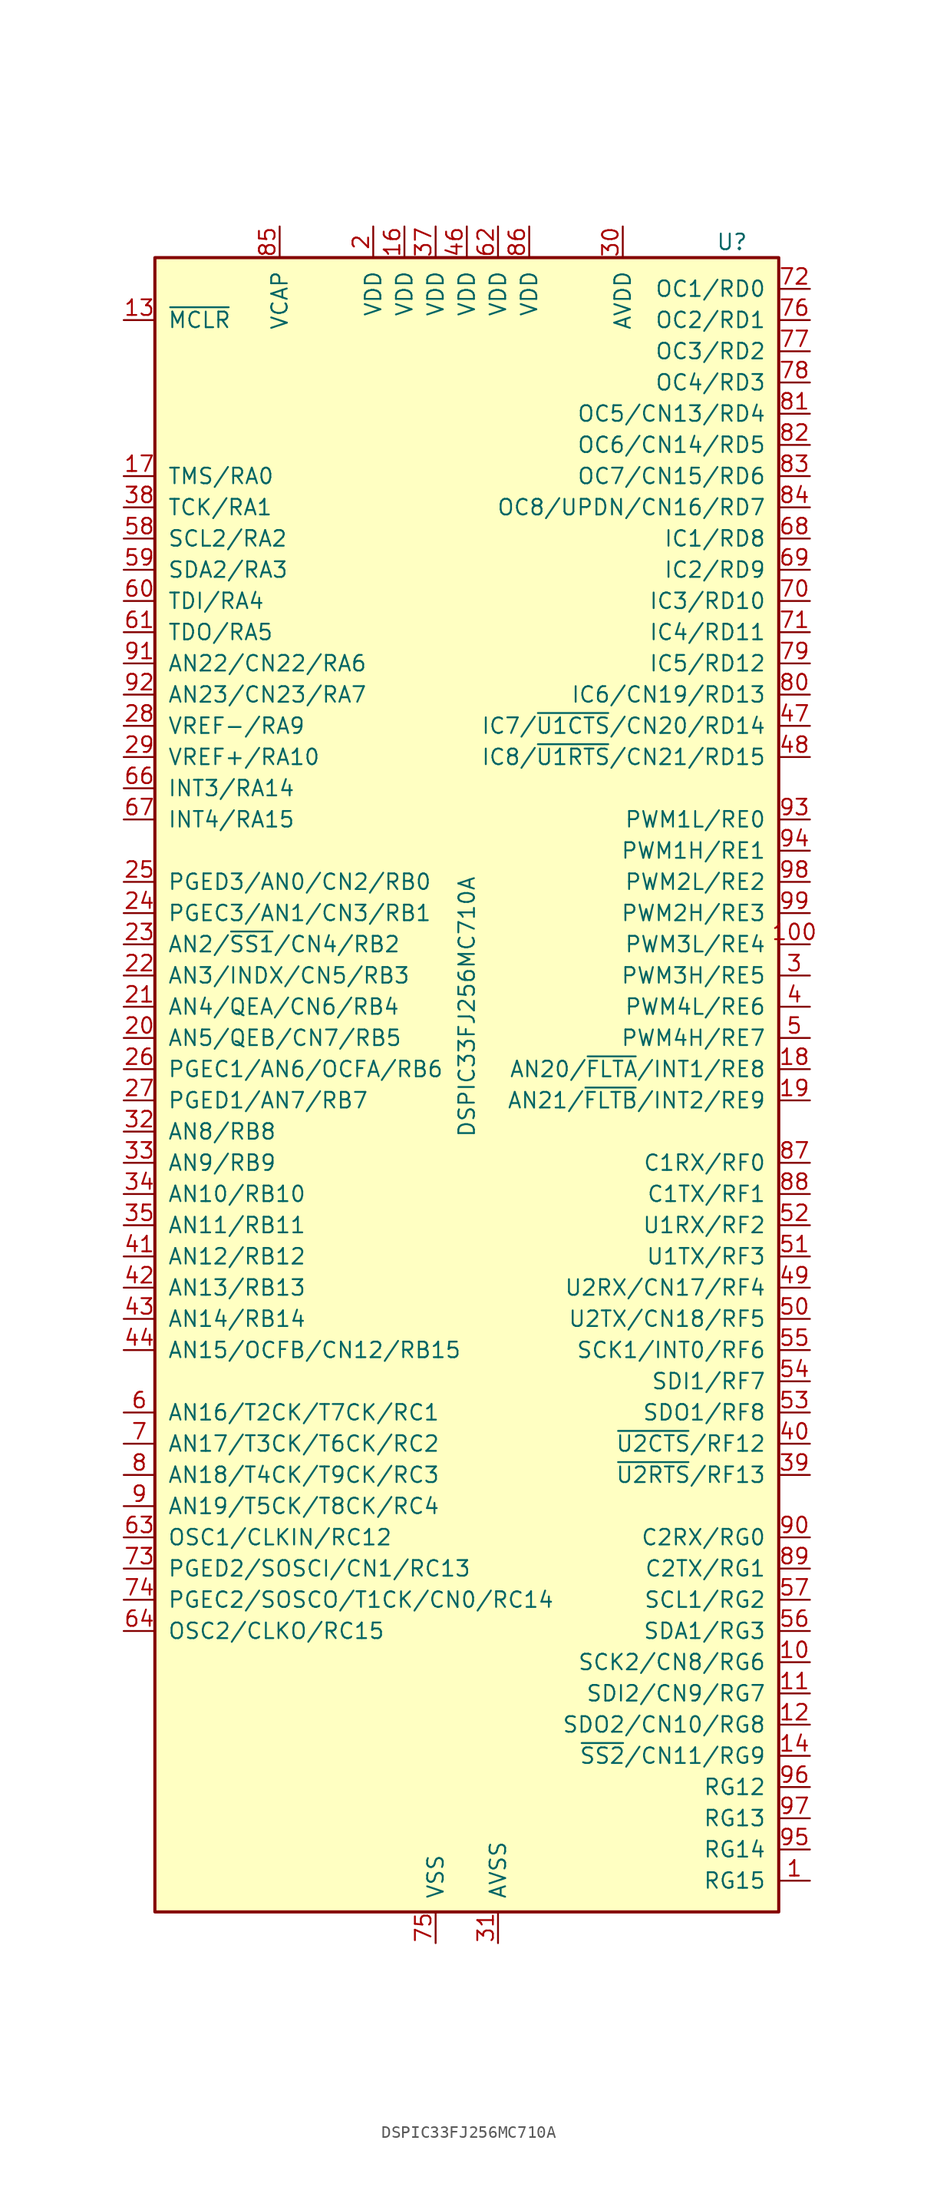
<source format=kicad_sym>
(kicad_symbol_lib
  (version 20200908)
  (generator kicad_symbol_editor)
  (symbol "DSP_Microchip_DSPIC33:DSPIC33FJ256MC710A"
    (pin_names
      (offset 1.016))
    (property "Reference" "U"
      (at 21.59 69.85 0)
      (effects (font (size 1.27 1.27))))
    (property "Value" "DSPIC33FJ256MC710A"
      (at 0 7.62 90)
      (effects (font (size 1.27 1.27))))
    (symbol "DSPIC33FJ256MC710A_0_1"
      (rectangle (start -25.4 68.58) (end 25.4 -66.04) (stroke (width 0.254)) (fill (type background))))
    (symbol "DSPIC33FJ256MC710A_1_1"
      (pin bidirectional line (at 27.94 -63.5 180) (length 2.54) (name "RG15" (effects (font (size 1.27 1.27)))) (number "1" (effects (font (size 1.27 1.27)))))
      (pin bidirectional line (at 27.94 -45.72 180) (length 2.54) (name "SCK2/CN8/RG6" (effects (font (size 1.27 1.27)))) (number "10" (effects (font (size 1.27 1.27)))))
      (pin bidirectional line (at 27.94 12.7 180) (length 2.54) (name "PWM3L/RE4" (effects (font (size 1.27 1.27)))) (number "100" (effects (font (size 1.27 1.27)))))
      (pin bidirectional line (at 27.94 -48.26 180) (length 2.54) (name "SDI2/CN9/RG7" (effects (font (size 1.27 1.27)))) (number "11" (effects (font (size 1.27 1.27)))))
      (pin bidirectional line (at 27.94 -50.8 180) (length 2.54) (name "SDO2/CN10/RG8" (effects (font (size 1.27 1.27)))) (number "12" (effects (font (size 1.27 1.27)))))
      (pin input line (at -27.94 63.5 0) (length 2.54) (name "~MCLR" (effects (font (size 1.27 1.27)))) (number "13" (effects (font (size 1.27 1.27)))))
      (pin bidirectional line (at 27.94 -53.34 180) (length 2.54) (name "~SS2~/CN11/RG9" (effects (font (size 1.27 1.27)))) (number "14" (effects (font (size 1.27 1.27)))))
      (pin power_in line (at -2.54 -68.58 90) (length 2.54) hide (name "VSS" (effects (font (size 1.27 1.27)))) (number "15" (effects (font (size 1.27 1.27)))))
      (pin power_in line (at -5.08 71.12 270) (length 2.54) (name "VDD" (effects (font (size 1.27 1.27)))) (number "16" (effects (font (size 1.27 1.27)))))
      (pin bidirectional line (at -27.94 50.8 0) (length 2.54) (name "TMS/RA0" (effects (font (size 1.27 1.27)))) (number "17" (effects (font (size 1.27 1.27)))))
      (pin bidirectional line (at 27.94 2.54 180) (length 2.54) (name "AN20/~FLTA~/INT1/RE8" (effects (font (size 1.27 1.27)))) (number "18" (effects (font (size 1.27 1.27)))))
      (pin bidirectional line (at 27.94 0 180) (length 2.54) (name "AN21/~FLTB~/INT2/RE9" (effects (font (size 1.27 1.27)))) (number "19" (effects (font (size 1.27 1.27)))))
      (pin power_in line (at -7.62 71.12 270) (length 2.54) (name "VDD" (effects (font (size 1.27 1.27)))) (number "2" (effects (font (size 1.27 1.27)))))
      (pin bidirectional line (at -27.94 5.08 0) (length 2.54) (name "AN5/QEB/CN7/RB5" (effects (font (size 1.27 1.27)))) (number "20" (effects (font (size 1.27 1.27)))))
      (pin bidirectional line (at -27.94 7.62 0) (length 2.54) (name "AN4/QEA/CN6/RB4" (effects (font (size 1.27 1.27)))) (number "21" (effects (font (size 1.27 1.27)))))
      (pin bidirectional line (at -27.94 10.16 0) (length 2.54) (name "AN3/INDX/CN5/RB3" (effects (font (size 1.27 1.27)))) (number "22" (effects (font (size 1.27 1.27)))))
      (pin bidirectional line (at -27.94 12.7 0) (length 2.54) (name "AN2/~SS1~/CN4/RB2" (effects (font (size 1.27 1.27)))) (number "23" (effects (font (size 1.27 1.27)))))
      (pin bidirectional line (at -27.94 15.24 0) (length 2.54) (name "PGEC3/AN1/CN3/RB1" (effects (font (size 1.27 1.27)))) (number "24" (effects (font (size 1.27 1.27)))))
      (pin bidirectional line (at -27.94 17.78 0) (length 2.54) (name "PGED3/AN0/CN2/RB0" (effects (font (size 1.27 1.27)))) (number "25" (effects (font (size 1.27 1.27)))))
      (pin bidirectional line (at -27.94 2.54 0) (length 2.54) (name "PGEC1/AN6/OCFA/RB6" (effects (font (size 1.27 1.27)))) (number "26" (effects (font (size 1.27 1.27)))))
      (pin bidirectional line (at -27.94 0 0) (length 2.54) (name "PGED1/AN7/RB7" (effects (font (size 1.27 1.27)))) (number "27" (effects (font (size 1.27 1.27)))))
      (pin bidirectional line (at -27.94 30.48 0) (length 2.54) (name "VREF-/RA9" (effects (font (size 1.27 1.27)))) (number "28" (effects (font (size 1.27 1.27)))))
      (pin bidirectional line (at -27.94 27.94 0) (length 2.54) (name "VREF+/RA10" (effects (font (size 1.27 1.27)))) (number "29" (effects (font (size 1.27 1.27)))))
      (pin bidirectional line (at 27.94 10.16 180) (length 2.54) (name "PWM3H/RE5" (effects (font (size 1.27 1.27)))) (number "3" (effects (font (size 1.27 1.27)))))
      (pin power_in line (at 12.7 71.12 270) (length 2.54) (name "AVDD" (effects (font (size 1.27 1.27)))) (number "30" (effects (font (size 1.27 1.27)))))
      (pin power_in line (at 2.54 -68.58 90) (length 2.54) (name "AVSS" (effects (font (size 1.27 1.27)))) (number "31" (effects (font (size 1.27 1.27)))))
      (pin bidirectional line (at -27.94 -2.54 0) (length 2.54) (name "AN8/RB8" (effects (font (size 1.27 1.27)))) (number "32" (effects (font (size 1.27 1.27)))))
      (pin bidirectional line (at -27.94 -5.08 0) (length 2.54) (name "AN9/RB9" (effects (font (size 1.27 1.27)))) (number "33" (effects (font (size 1.27 1.27)))))
      (pin bidirectional line (at -27.94 -7.62 0) (length 2.54) (name "AN10/RB10" (effects (font (size 1.27 1.27)))) (number "34" (effects (font (size 1.27 1.27)))))
      (pin bidirectional line (at -27.94 -10.16 0) (length 2.54) (name "AN11/RB11" (effects (font (size 1.27 1.27)))) (number "35" (effects (font (size 1.27 1.27)))))
      (pin power_in line (at -2.54 -68.58 90) (length 2.54) hide (name "VSS" (effects (font (size 1.27 1.27)))) (number "36" (effects (font (size 1.27 1.27)))))
      (pin power_in line (at -2.54 71.12 270) (length 2.54) (name "VDD" (effects (font (size 1.27 1.27)))) (number "37" (effects (font (size 1.27 1.27)))))
      (pin bidirectional line (at -27.94 48.26 0) (length 2.54) (name "TCK/RA1" (effects (font (size 1.27 1.27)))) (number "38" (effects (font (size 1.27 1.27)))))
      (pin bidirectional line (at 27.94 -30.48 180) (length 2.54) (name "~U2RTS~/RF13" (effects (font (size 1.27 1.27)))) (number "39" (effects (font (size 1.27 1.27)))))
      (pin bidirectional line (at 27.94 7.62 180) (length 2.54) (name "PWM4L/RE6" (effects (font (size 1.27 1.27)))) (number "4" (effects (font (size 1.27 1.27)))))
      (pin bidirectional line (at 27.94 -27.94 180) (length 2.54) (name "~U2CTS~/RF12" (effects (font (size 1.27 1.27)))) (number "40" (effects (font (size 1.27 1.27)))))
      (pin bidirectional line (at -27.94 -12.7 0) (length 2.54) (name "AN12/RB12" (effects (font (size 1.27 1.27)))) (number "41" (effects (font (size 1.27 1.27)))))
      (pin bidirectional line (at -27.94 -15.24 0) (length 2.54) (name "AN13/RB13" (effects (font (size 1.27 1.27)))) (number "42" (effects (font (size 1.27 1.27)))))
      (pin bidirectional line (at -27.94 -17.78 0) (length 2.54) (name "AN14/RB14" (effects (font (size 1.27 1.27)))) (number "43" (effects (font (size 1.27 1.27)))))
      (pin bidirectional line (at -27.94 -20.32 0) (length 2.54) (name "AN15/OCFB/CN12/RB15" (effects (font (size 1.27 1.27)))) (number "44" (effects (font (size 1.27 1.27)))))
      (pin power_in line (at -2.54 -68.58 90) (length 2.54) hide (name "VSS" (effects (font (size 1.27 1.27)))) (number "45" (effects (font (size 1.27 1.27)))))
      (pin power_in line (at 0 71.12 270) (length 2.54) (name "VDD" (effects (font (size 1.27 1.27)))) (number "46" (effects (font (size 1.27 1.27)))))
      (pin bidirectional line (at 27.94 30.48 180) (length 2.54) (name "IC7/~U1CTS~/CN20/RD14" (effects (font (size 1.27 1.27)))) (number "47" (effects (font (size 1.27 1.27)))))
      (pin bidirectional line (at 27.94 27.94 180) (length 2.54) (name "IC8/~U1RTS~/CN21/RD15" (effects (font (size 1.27 1.27)))) (number "48" (effects (font (size 1.27 1.27)))))
      (pin bidirectional line (at 27.94 -15.24 180) (length 2.54) (name "U2RX/CN17/RF4" (effects (font (size 1.27 1.27)))) (number "49" (effects (font (size 1.27 1.27)))))
      (pin bidirectional line (at 27.94 5.08 180) (length 2.54) (name "PWM4H/RE7" (effects (font (size 1.27 1.27)))) (number "5" (effects (font (size 1.27 1.27)))))
      (pin bidirectional line (at 27.94 -17.78 180) (length 2.54) (name "U2TX/CN18/RF5" (effects (font (size 1.27 1.27)))) (number "50" (effects (font (size 1.27 1.27)))))
      (pin bidirectional line (at 27.94 -12.7 180) (length 2.54) (name "U1TX/RF3" (effects (font (size 1.27 1.27)))) (number "51" (effects (font (size 1.27 1.27)))))
      (pin bidirectional line (at 27.94 -10.16 180) (length 2.54) (name "U1RX/RF2" (effects (font (size 1.27 1.27)))) (number "52" (effects (font (size 1.27 1.27)))))
      (pin bidirectional line (at 27.94 -25.4 180) (length 2.54) (name "SDO1/RF8" (effects (font (size 1.27 1.27)))) (number "53" (effects (font (size 1.27 1.27)))))
      (pin bidirectional line (at 27.94 -22.86 180) (length 2.54) (name "SDI1/RF7" (effects (font (size 1.27 1.27)))) (number "54" (effects (font (size 1.27 1.27)))))
      (pin bidirectional line (at 27.94 -20.32 180) (length 2.54) (name "SCK1/INT0/RF6" (effects (font (size 1.27 1.27)))) (number "55" (effects (font (size 1.27 1.27)))))
      (pin bidirectional line (at 27.94 -43.18 180) (length 2.54) (name "SDA1/RG3" (effects (font (size 1.27 1.27)))) (number "56" (effects (font (size 1.27 1.27)))))
      (pin bidirectional line (at 27.94 -40.64 180) (length 2.54) (name "SCL1/RG2" (effects (font (size 1.27 1.27)))) (number "57" (effects (font (size 1.27 1.27)))))
      (pin bidirectional line (at -27.94 45.72 0) (length 2.54) (name "SCL2/RA2" (effects (font (size 1.27 1.27)))) (number "58" (effects (font (size 1.27 1.27)))))
      (pin bidirectional line (at -27.94 43.18 0) (length 2.54) (name "SDA2/RA3" (effects (font (size 1.27 1.27)))) (number "59" (effects (font (size 1.27 1.27)))))
      (pin bidirectional line (at -27.94 -25.4 0) (length 2.54) (name "AN16/T2CK/T7CK/RC1" (effects (font (size 1.27 1.27)))) (number "6" (effects (font (size 1.27 1.27)))))
      (pin bidirectional line (at -27.94 40.64 0) (length 2.54) (name "TDI/RA4" (effects (font (size 1.27 1.27)))) (number "60" (effects (font (size 1.27 1.27)))))
      (pin bidirectional line (at -27.94 38.1 0) (length 2.54) (name "TDO/RA5" (effects (font (size 1.27 1.27)))) (number "61" (effects (font (size 1.27 1.27)))))
      (pin power_in line (at 2.54 71.12 270) (length 2.54) (name "VDD" (effects (font (size 1.27 1.27)))) (number "62" (effects (font (size 1.27 1.27)))))
      (pin bidirectional line (at -27.94 -35.56 0) (length 2.54) (name "OSC1/CLKIN/RC12" (effects (font (size 1.27 1.27)))) (number "63" (effects (font (size 1.27 1.27)))))
      (pin bidirectional line (at -27.94 -43.18 0) (length 2.54) (name "OSC2/CLKO/RC15" (effects (font (size 1.27 1.27)))) (number "64" (effects (font (size 1.27 1.27)))))
      (pin power_in line (at -2.54 -68.58 90) (length 2.54) hide (name "VSS" (effects (font (size 1.27 1.27)))) (number "65" (effects (font (size 1.27 1.27)))))
      (pin bidirectional line (at -27.94 25.4 0) (length 2.54) (name "INT3/RA14" (effects (font (size 1.27 1.27)))) (number "66" (effects (font (size 1.27 1.27)))))
      (pin bidirectional line (at -27.94 22.86 0) (length 2.54) (name "INT4/RA15" (effects (font (size 1.27 1.27)))) (number "67" (effects (font (size 1.27 1.27)))))
      (pin bidirectional line (at 27.94 45.72 180) (length 2.54) (name "IC1/RD8" (effects (font (size 1.27 1.27)))) (number "68" (effects (font (size 1.27 1.27)))))
      (pin bidirectional line (at 27.94 43.18 180) (length 2.54) (name "IC2/RD9" (effects (font (size 1.27 1.27)))) (number "69" (effects (font (size 1.27 1.27)))))
      (pin bidirectional line (at -27.94 -27.94 0) (length 2.54) (name "AN17/T3CK/T6CK/RC2" (effects (font (size 1.27 1.27)))) (number "7" (effects (font (size 1.27 1.27)))))
      (pin bidirectional line (at 27.94 40.64 180) (length 2.54) (name "IC3/RD10" (effects (font (size 1.27 1.27)))) (number "70" (effects (font (size 1.27 1.27)))))
      (pin bidirectional line (at 27.94 38.1 180) (length 2.54) (name "IC4/RD11" (effects (font (size 1.27 1.27)))) (number "71" (effects (font (size 1.27 1.27)))))
      (pin bidirectional line (at 27.94 66.04 180) (length 2.54) (name "OC1/RD0" (effects (font (size 1.27 1.27)))) (number "72" (effects (font (size 1.27 1.27)))))
      (pin bidirectional line (at -27.94 -38.1 0) (length 2.54) (name "PGED2/SOSCI/CN1/RC13" (effects (font (size 1.27 1.27)))) (number "73" (effects (font (size 1.27 1.27)))))
      (pin bidirectional line (at -27.94 -40.64 0) (length 2.54) (name "PGEC2/SOSCO/T1CK/CN0/RC14" (effects (font (size 1.27 1.27)))) (number "74" (effects (font (size 1.27 1.27)))))
      (pin power_in line (at -2.54 -68.58 90) (length 2.54) (name "VSS" (effects (font (size 1.27 1.27)))) (number "75" (effects (font (size 1.27 1.27)))))
      (pin bidirectional line (at 27.94 63.5 180) (length 2.54) (name "OC2/RD1" (effects (font (size 1.27 1.27)))) (number "76" (effects (font (size 1.27 1.27)))))
      (pin bidirectional line (at 27.94 60.96 180) (length 2.54) (name "OC3/RD2" (effects (font (size 1.27 1.27)))) (number "77" (effects (font (size 1.27 1.27)))))
      (pin bidirectional line (at 27.94 58.42 180) (length 2.54) (name "OC4/RD3" (effects (font (size 1.27 1.27)))) (number "78" (effects (font (size 1.27 1.27)))))
      (pin bidirectional line (at 27.94 35.56 180) (length 2.54) (name "IC5/RD12" (effects (font (size 1.27 1.27)))) (number "79" (effects (font (size 1.27 1.27)))))
      (pin bidirectional line (at -27.94 -30.48 0) (length 2.54) (name "AN18/T4CK/T9CK/RC3" (effects (font (size 1.27 1.27)))) (number "8" (effects (font (size 1.27 1.27)))))
      (pin bidirectional line (at 27.94 33.02 180) (length 2.54) (name "IC6/CN19/RD13" (effects (font (size 1.27 1.27)))) (number "80" (effects (font (size 1.27 1.27)))))
      (pin bidirectional line (at 27.94 55.88 180) (length 2.54) (name "OC5/CN13/RD4" (effects (font (size 1.27 1.27)))) (number "81" (effects (font (size 1.27 1.27)))))
      (pin bidirectional line (at 27.94 53.34 180) (length 2.54) (name "OC6/CN14/RD5" (effects (font (size 1.27 1.27)))) (number "82" (effects (font (size 1.27 1.27)))))
      (pin bidirectional line (at 27.94 50.8 180) (length 2.54) (name "OC7/CN15/RD6" (effects (font (size 1.27 1.27)))) (number "83" (effects (font (size 1.27 1.27)))))
      (pin bidirectional line (at 27.94 48.26 180) (length 2.54) (name "OC8/UPDN/CN16/RD7" (effects (font (size 1.27 1.27)))) (number "84" (effects (font (size 1.27 1.27)))))
      (pin passive line (at -15.24 71.12 270) (length 2.54) (name "VCAP" (effects (font (size 1.27 1.27)))) (number "85" (effects (font (size 1.27 1.27)))))
      (pin power_in line (at 5.08 71.12 270) (length 2.54) (name "VDD" (effects (font (size 1.27 1.27)))) (number "86" (effects (font (size 1.27 1.27)))))
      (pin bidirectional line (at 27.94 -5.08 180) (length 2.54) (name "C1RX/RF0" (effects (font (size 1.27 1.27)))) (number "87" (effects (font (size 1.27 1.27)))))
      (pin bidirectional line (at 27.94 -7.62 180) (length 2.54) (name "C1TX/RF1" (effects (font (size 1.27 1.27)))) (number "88" (effects (font (size 1.27 1.27)))))
      (pin bidirectional line (at 27.94 -38.1 180) (length 2.54) (name "C2TX/RG1" (effects (font (size 1.27 1.27)))) (number "89" (effects (font (size 1.27 1.27)))))
      (pin bidirectional line (at -27.94 -33.02 0) (length 2.54) (name "AN19/T5CK/T8CK/RC4" (effects (font (size 1.27 1.27)))) (number "9" (effects (font (size 1.27 1.27)))))
      (pin bidirectional line (at 27.94 -35.56 180) (length 2.54) (name "C2RX/RG0" (effects (font (size 1.27 1.27)))) (number "90" (effects (font (size 1.27 1.27)))))
      (pin bidirectional line (at -27.94 35.56 0) (length 2.54) (name "AN22/CN22/RA6" (effects (font (size 1.27 1.27)))) (number "91" (effects (font (size 1.27 1.27)))))
      (pin bidirectional line (at -27.94 33.02 0) (length 2.54) (name "AN23/CN23/RA7" (effects (font (size 1.27 1.27)))) (number "92" (effects (font (size 1.27 1.27)))))
      (pin bidirectional line (at 27.94 22.86 180) (length 2.54) (name "PWM1L/RE0" (effects (font (size 1.27 1.27)))) (number "93" (effects (font (size 1.27 1.27)))))
      (pin bidirectional line (at 27.94 20.32 180) (length 2.54) (name "PWM1H/RE1" (effects (font (size 1.27 1.27)))) (number "94" (effects (font (size 1.27 1.27)))))
      (pin bidirectional line (at 27.94 -60.96 180) (length 2.54) (name "RG14" (effects (font (size 1.27 1.27)))) (number "95" (effects (font (size 1.27 1.27)))))
      (pin bidirectional line (at 27.94 -55.88 180) (length 2.54) (name "RG12" (effects (font (size 1.27 1.27)))) (number "96" (effects (font (size 1.27 1.27)))))
      (pin bidirectional line (at 27.94 -58.42 180) (length 2.54) (name "RG13" (effects (font (size 1.27 1.27)))) (number "97" (effects (font (size 1.27 1.27)))))
      (pin bidirectional line (at 27.94 17.78 180) (length 2.54) (name "PWM2L/RE2" (effects (font (size 1.27 1.27)))) (number "98" (effects (font (size 1.27 1.27)))))
      (pin bidirectional line (at 27.94 15.24 180) (length 2.54) (name "PWM2H/RE3" (effects (font (size 1.27 1.27)))) (number "99" (effects (font (size 1.27 1.27))))))))
</source>
